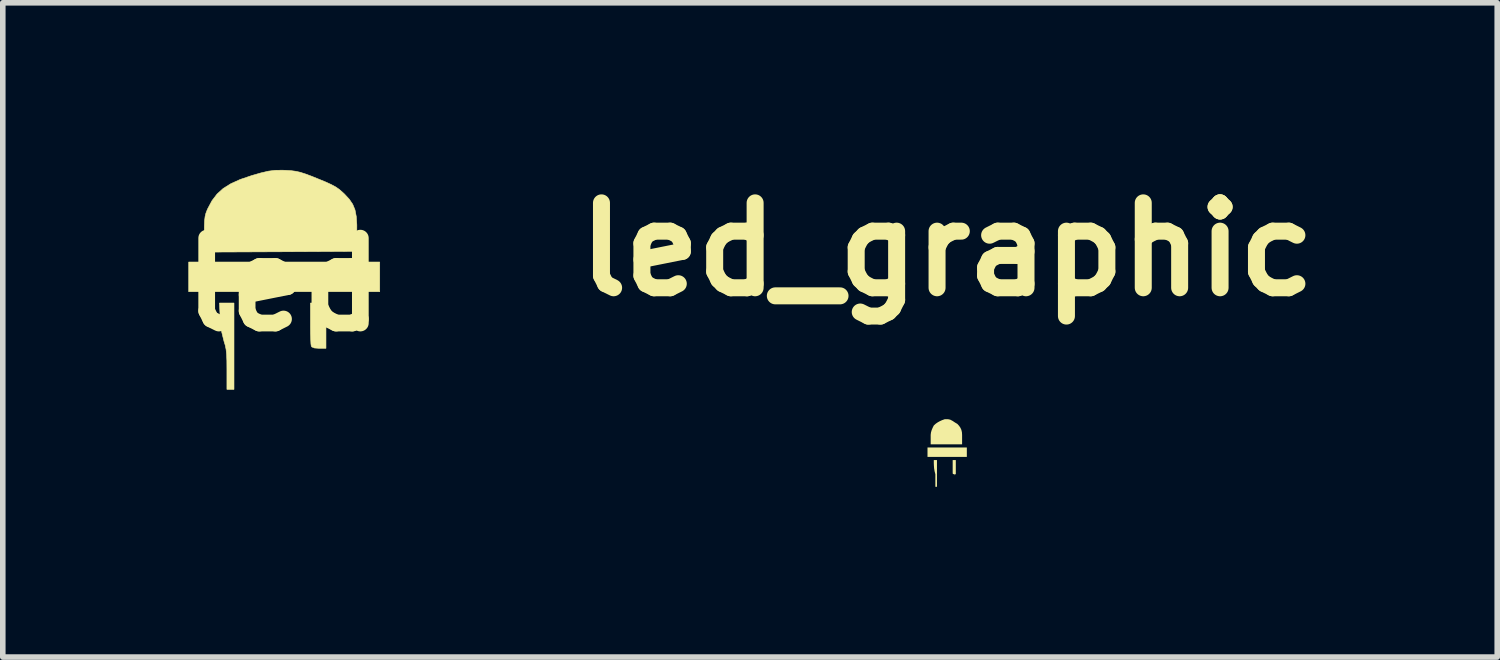
<source format=kicad_pcb>
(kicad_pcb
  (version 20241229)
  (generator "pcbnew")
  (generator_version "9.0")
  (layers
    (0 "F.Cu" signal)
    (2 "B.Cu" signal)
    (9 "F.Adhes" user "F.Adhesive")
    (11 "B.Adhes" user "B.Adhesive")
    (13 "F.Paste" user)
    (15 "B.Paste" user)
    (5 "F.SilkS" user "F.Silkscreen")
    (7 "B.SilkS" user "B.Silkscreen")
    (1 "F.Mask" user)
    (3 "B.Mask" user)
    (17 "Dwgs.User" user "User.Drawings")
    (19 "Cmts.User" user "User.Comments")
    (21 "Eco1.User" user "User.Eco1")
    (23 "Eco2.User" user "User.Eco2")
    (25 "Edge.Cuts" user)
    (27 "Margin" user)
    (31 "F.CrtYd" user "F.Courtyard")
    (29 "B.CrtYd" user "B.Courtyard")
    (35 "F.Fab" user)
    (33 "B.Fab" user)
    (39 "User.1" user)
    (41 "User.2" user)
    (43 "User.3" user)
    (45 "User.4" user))
  (footprint "led"
    (layer "F.Cu")
    (at 2.039 2.059)
    (property "Reference" "led" (at 0 0 0) (layer "F.SilkS") (effects (font (size 1.524 1.524) (thickness 0.3))))
    (attr through_hole)
    (fp_poly (pts (xy 1.727 0.127) (xy -1.702 0.127) (xy -1.702 -0.406) (xy 1.727 -0.406) (xy 1.727 0.127)) (stroke (width 0.01) (type solid)) (fill yes) (layer "F.SilkS"))
    (fp_poly (pts (xy 0.762 1.143) (xy 0.638 1.143) (xy 0.553 1.137) (xy 0.508 1.118) (xy 0.498 1.103) (xy 0.492 1.064) (xy 0.488 0.985) (xy 0.484 0.875) (xy 0.483 0.746) (xy 0.483 0.696) (xy 0.483 0.33) (xy 0.762 0.33) (xy 0.762 1.143)) (stroke (width 0.01) (type solid)) (fill yes) (layer "F.SilkS"))
    (fp_poly (pts (xy -0.889 1.88) (xy -1.016 1.88) (xy -1.016 1.523) (xy -1.017 1.369) (xy -1.022 1.252) (xy -1.031 1.162) (xy -1.047 1.086) (xy -1.07 1.011) (xy -1.07 1.009) (xy -1.111 0.845) (xy -1.134 0.64) (xy -1.137 0.591) (xy -1.15 0.33) (xy -0.889 0.33) (xy -0.889 1.88)) (stroke (width 0.01) (type solid)) (fill yes) (layer "F.SilkS"))
    (fp_poly (pts (xy 0.037 -2.052) (xy 0.135 -2.046) (xy 0.218 -2.035) (xy 0.299 -2.017) (xy 0.393 -1.987) (xy 0.511 -1.943) (xy 0.609 -1.903) (xy 0.751 -1.845) (xy 0.856 -1.797) (xy 0.936 -1.754) (xy 1.001 -1.709) (xy 1.063 -1.655) (xy 1.096 -1.624) (xy 1.181 -1.532) (xy 1.242 -1.442) (xy 1.283 -1.342) (xy 1.306 -1.222) (xy 1.316 -1.071) (xy 1.315 -0.899) (xy 1.308 -0.597) (xy -0.057 -0.59) (xy -1.422 -0.584) (xy -1.422 -0.908) (xy -1.421 -1.047) (xy -1.417 -1.147) (xy -1.408 -1.222) (xy -1.393 -1.283) (xy -1.37 -1.342) (xy -1.358 -1.368) (xy -1.283 -1.508) (xy -1.193 -1.626) (xy -1.083 -1.726) (xy -0.947 -1.811) (xy -0.777 -1.888) (xy -0.567 -1.959) (xy -0.407 -2.005) (xy -0.271 -2.037) (xy -0.151 -2.052) (xy -0.02 -2.054) (xy 0.037 -2.052)) (stroke (width 0.01) (type solid)) (fill yes) (layer "F.SilkS")))
  (footprint "led_graphic"
    (layer "F.Cu")
    (at 13.951 5.109)
    (property "Reference" "led_graphic" (at 0 -3.683 0) (layer "F.SilkS") (effects (font (size 1.524 1.524) (thickness 0.305))))
    (attr smd)
    (fp_poly (pts (xy -0.212 0.353) (xy -0.233 0.353) (xy -0.212 0.353) (xy -0.233 0.353) (xy -0.212 0.353) (xy -0.225 0.302) (xy -0.234 0.251) (xy -0.238 0.2) (xy -0.24 0.15) (xy -0.24 0.099) (xy -0.212 0.099) (xy -0.183 0.099) (xy -0.183 0.15) (xy -0.183 0.2) (xy -0.183 0.251) (xy -0.183 0.302) (xy -0.183 0.353) (xy -0.183 0.401) (xy -0.183 0.444) (xy -0.183 0.487) (xy -0.183 0.531) (xy -0.183 0.579) (xy -0.212 0.579) (xy -0.212 0.531) (xy -0.212 0.487) (xy -0.212 0.444) (xy -0.212 0.401) (xy -0.212 0.353)) (stroke (width 0) (type solid)) (fill yes) (layer "F.SilkS"))
    (fp_poly (pts (xy 0.127 0.635) (xy 0.127 0.599) (xy 0.127 0.558) (xy 0.127 0.522) (xy 0.127 0.48) (xy 0.127 0.437) (xy 0.127 0.395) (xy 0.127 0.353) (xy 0.102 0.349) (xy 0.099 0.325) (xy 0.099 0.274) (xy 0.099 0.225) (xy 0.099 0.178) (xy 0.099 0.136) (xy 0.099 0.099) (xy 0.138 0.099) (xy 0.155 0.099) (xy 0.155 0.15) (xy 0.155 0.2) (xy 0.155 0.251) (xy 0.155 0.302) (xy 0.155 0.353) (xy 0.131 0.356) (xy 0.127 0.381) (xy 0.127 0.432) (xy 0.127 0.483) (xy 0.127 0.533) (xy 0.127 0.584) (xy 0.127 0.635) (xy 0.138 0.635) (xy 0.127 0.635)) (stroke (width 0) (type solid)) (fill yes) (layer "F.SilkS"))
    (fp_poly (pts (xy 0.353 -0.127) (xy 0.353 -0.085) (xy 0.353 -0.042) (xy 0.353 0) (xy 0.353 0.042) (xy 0.304 0.042) (xy 0.254 0.042) (xy 0.204 0.042) (xy 0.154 0.042) (xy 0.103 0.042) (xy 0.051 0.042) (xy 0 0.042) (xy -0.051 0.042) (xy -0.103 0.042) (xy -0.154 0.042) (xy -0.204 0.042) (xy -0.254 0.042) (xy -0.304 0.042) (xy -0.353 0.042) (xy -0.353 0) (xy -0.353 -0.042) (xy -0.353 -0.085) (xy -0.353 -0.127) (xy -0.304 -0.127) (xy -0.256 -0.127) (xy -0.207 -0.127) (xy -0.159 -0.127) (xy -0.11 -0.127) (xy -0.06 -0.127) (xy -0.011 -0.127) (xy 0.04 -0.127) (xy 0.09 -0.127) (xy 0.141 -0.127) (xy 0.193 -0.127) (xy 0.246 -0.127) (xy 0.299 -0.127) (xy 0.353 -0.127)) (stroke (width 0) (type solid)) (fill yes) (layer "F.SilkS"))
    (fp_poly (pts (xy -0.014 -0.635) (xy 0.014 -0.635) (xy 0.056 -0.626) (xy 0.099 -0.603) (xy 0.141 -0.575) (xy 0.183 -0.55) (xy 0.214 -0.516) (xy 0.238 -0.481) (xy 0.255 -0.443) (xy 0.265 -0.4) (xy 0.268 -0.353) (xy 0.268 -0.31) (xy 0.268 -0.268) (xy 0.268 -0.226) (xy 0.268 -0.183) (xy 0.214 -0.183) (xy 0.161 -0.183) (xy 0.107 -0.183) (xy 0.054 -0.183) (xy 0.001 -0.183) (xy -0.051 -0.183) (xy -0.102 -0.183) (xy -0.152 -0.183) (xy -0.201 -0.183) (xy -0.249 -0.183) (xy -0.296 -0.183) (xy -0.296 -0.226) (xy -0.296 -0.268) (xy -0.296 -0.31) (xy -0.296 -0.353) (xy -0.291 -0.395) (xy -0.279 -0.437) (xy -0.261 -0.48) (xy -0.24 -0.522) (xy -0.206 -0.553) (xy -0.17 -0.578) (xy -0.132 -0.599) (xy -0.09 -0.618) (xy -0.042 -0.635) (xy -0.014 -0.635)) (stroke (width 0) (type solid)) (fill yes) (layer "F.SilkS")))
  (gr_rect
    (start -3 -3)
    (end 23.824 8.744)
    (stroke (width 0.1) (type default))
    (fill no)
    (layer "Edge.Cuts")))
</source>
